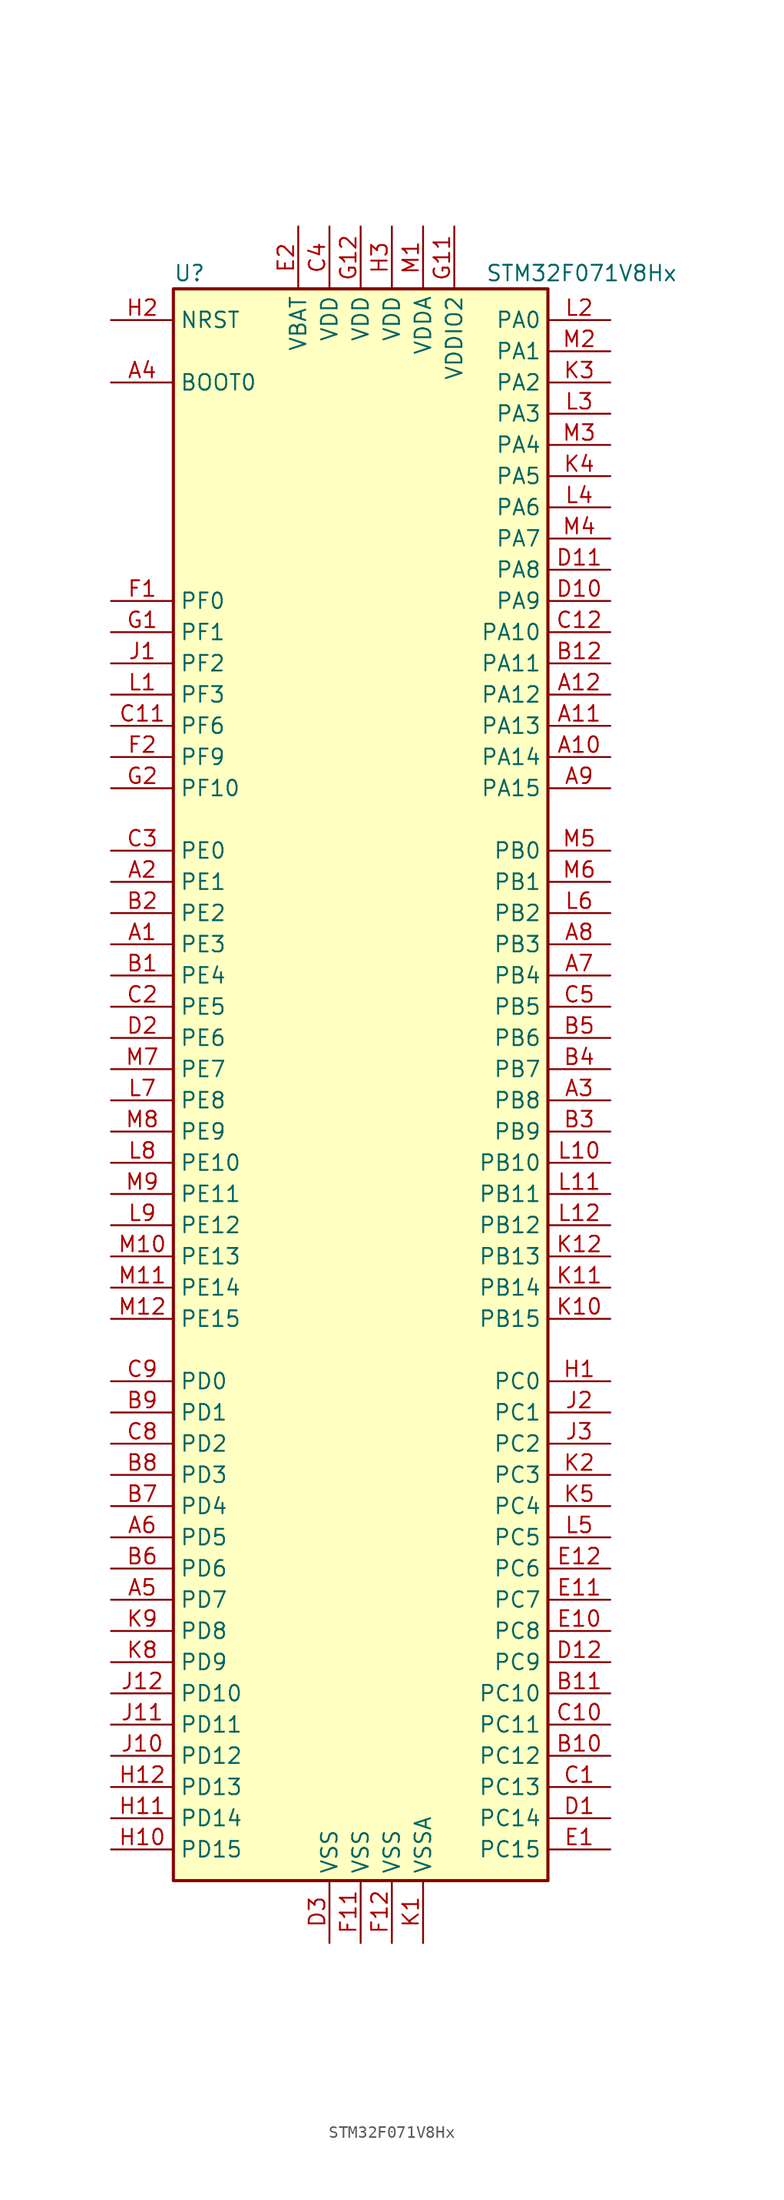
<source format=kicad_sym>
(kicad_symbol_lib
  (version 20201005)
  (generator kicad_symbol_editor)
  (symbol "STM32F071V8Hx"
    (property "Reference" "U"
      (at -15.24 64.77 0)
      (effects (font (size 1.27 1.27)) (justify left)))
    (property "Value" "STM32F071V8Hx"
      (at 10.16 64.77 0)
      (effects (font (size 1.27 1.27)) (justify left)))
    (symbol "STM32F071V8Hx_0_1"
      (rectangle (start -15.24 -66.04) (end 15.24 63.5) (stroke (width 0.254)) (fill (type background))))
    (symbol "STM32F071V8Hx_1_1"
      (pin bidirectional line (at -20.32 10.16 0) (length 5.08) (name "PE3" (effects (font (size 1.27 1.27)))) (number "A1" (effects (font (size 1.27 1.27)))))
      (pin bidirectional line (at 20.32 25.4 180) (length 5.08) (name "PA14" (effects (font (size 1.27 1.27)))) (number "A10" (effects (font (size 1.27 1.27)))))
      (pin bidirectional line (at 20.32 27.94 180) (length 5.08) (name "PA13" (effects (font (size 1.27 1.27)))) (number "A11" (effects (font (size 1.27 1.27)))))
      (pin bidirectional line (at 20.32 30.48 180) (length 5.08) (name "PA12" (effects (font (size 1.27 1.27)))) (number "A12" (effects (font (size 1.27 1.27)))))
      (pin bidirectional line (at -20.32 15.24 0) (length 5.08) (name "PE1" (effects (font (size 1.27 1.27)))) (number "A2" (effects (font (size 1.27 1.27)))))
      (pin bidirectional line (at 20.32 -2.54 180) (length 5.08) (name "PB8" (effects (font (size 1.27 1.27)))) (number "A3" (effects (font (size 1.27 1.27)))))
      (pin input line (at -20.32 55.88 0) (length 5.08) (name "BOOT0" (effects (font (size 1.27 1.27)))) (number "A4" (effects (font (size 1.27 1.27)))))
      (pin bidirectional line (at -20.32 -43.18 0) (length 5.08) (name "PD7" (effects (font (size 1.27 1.27)))) (number "A5" (effects (font (size 1.27 1.27)))))
      (pin bidirectional line (at -20.32 -38.1 0) (length 5.08) (name "PD5" (effects (font (size 1.27 1.27)))) (number "A6" (effects (font (size 1.27 1.27)))))
      (pin bidirectional line (at 20.32 7.62 180) (length 5.08) (name "PB4" (effects (font (size 1.27 1.27)))) (number "A7" (effects (font (size 1.27 1.27)))))
      (pin bidirectional line (at 20.32 10.16 180) (length 5.08) (name "PB3" (effects (font (size 1.27 1.27)))) (number "A8" (effects (font (size 1.27 1.27)))))
      (pin bidirectional line (at 20.32 22.86 180) (length 5.08) (name "PA15" (effects (font (size 1.27 1.27)))) (number "A9" (effects (font (size 1.27 1.27)))))
      (pin bidirectional line (at -20.32 7.62 0) (length 5.08) (name "PE4" (effects (font (size 1.27 1.27)))) (number "B1" (effects (font (size 1.27 1.27)))))
      (pin bidirectional line (at 20.32 -55.88 180) (length 5.08) (name "PC12" (effects (font (size 1.27 1.27)))) (number "B10" (effects (font (size 1.27 1.27)))))
      (pin bidirectional line (at 20.32 -50.8 180) (length 5.08) (name "PC10" (effects (font (size 1.27 1.27)))) (number "B11" (effects (font (size 1.27 1.27)))))
      (pin bidirectional line (at 20.32 33.02 180) (length 5.08) (name "PA11" (effects (font (size 1.27 1.27)))) (number "B12" (effects (font (size 1.27 1.27)))))
      (pin bidirectional line (at -20.32 12.7 0) (length 5.08) (name "PE2" (effects (font (size 1.27 1.27)))) (number "B2" (effects (font (size 1.27 1.27)))))
      (pin bidirectional line (at 20.32 -5.08 180) (length 5.08) (name "PB9" (effects (font (size 1.27 1.27)))) (number "B3" (effects (font (size 1.27 1.27)))))
      (pin bidirectional line (at 20.32 0 180) (length 5.08) (name "PB7" (effects (font (size 1.27 1.27)))) (number "B4" (effects (font (size 1.27 1.27)))))
      (pin bidirectional line (at 20.32 2.54 180) (length 5.08) (name "PB6" (effects (font (size 1.27 1.27)))) (number "B5" (effects (font (size 1.27 1.27)))))
      (pin bidirectional line (at -20.32 -40.64 0) (length 5.08) (name "PD6" (effects (font (size 1.27 1.27)))) (number "B6" (effects (font (size 1.27 1.27)))))
      (pin bidirectional line (at -20.32 -35.56 0) (length 5.08) (name "PD4" (effects (font (size 1.27 1.27)))) (number "B7" (effects (font (size 1.27 1.27)))))
      (pin bidirectional line (at -20.32 -33.02 0) (length 5.08) (name "PD3" (effects (font (size 1.27 1.27)))) (number "B8" (effects (font (size 1.27 1.27)))))
      (pin bidirectional line (at -20.32 -27.94 0) (length 5.08) (name "PD1" (effects (font (size 1.27 1.27)))) (number "B9" (effects (font (size 1.27 1.27)))))
      (pin bidirectional line (at 20.32 -58.42 180) (length 5.08) (name "PC13" (effects (font (size 1.27 1.27)))) (number "C1" (effects (font (size 1.27 1.27)))))
      (pin bidirectional line (at 20.32 -53.34 180) (length 5.08) (name "PC11" (effects (font (size 1.27 1.27)))) (number "C10" (effects (font (size 1.27 1.27)))))
      (pin bidirectional line (at -20.32 27.94 0) (length 5.08) (name "PF6" (effects (font (size 1.27 1.27)))) (number "C11" (effects (font (size 1.27 1.27)))))
      (pin bidirectional line (at 20.32 35.56 180) (length 5.08) (name "PA10" (effects (font (size 1.27 1.27)))) (number "C12" (effects (font (size 1.27 1.27)))))
      (pin bidirectional line (at -20.32 5.08 0) (length 5.08) (name "PE5" (effects (font (size 1.27 1.27)))) (number "C2" (effects (font (size 1.27 1.27)))))
      (pin bidirectional line (at -20.32 17.78 0) (length 5.08) (name "PE0" (effects (font (size 1.27 1.27)))) (number "C3" (effects (font (size 1.27 1.27)))))
      (pin power_in line (at -2.54 68.58 270) (length 5.08) (name "VDD" (effects (font (size 1.27 1.27)))) (number "C4" (effects (font (size 1.27 1.27)))))
      (pin bidirectional line (at 20.32 5.08 180) (length 5.08) (name "PB5" (effects (font (size 1.27 1.27)))) (number "C5" (effects (font (size 1.27 1.27)))))
      (pin bidirectional line (at -20.32 -30.48 0) (length 5.08) (name "PD2" (effects (font (size 1.27 1.27)))) (number "C8" (effects (font (size 1.27 1.27)))))
      (pin bidirectional line (at -20.32 -25.4 0) (length 5.08) (name "PD0" (effects (font (size 1.27 1.27)))) (number "C9" (effects (font (size 1.27 1.27)))))
      (pin bidirectional line (at 20.32 -60.96 180) (length 5.08) (name "PC14" (effects (font (size 1.27 1.27)))) (number "D1" (effects (font (size 1.27 1.27)))))
      (pin bidirectional line (at 20.32 38.1 180) (length 5.08) (name "PA9" (effects (font (size 1.27 1.27)))) (number "D10" (effects (font (size 1.27 1.27)))))
      (pin bidirectional line (at 20.32 40.64 180) (length 5.08) (name "PA8" (effects (font (size 1.27 1.27)))) (number "D11" (effects (font (size 1.27 1.27)))))
      (pin bidirectional line (at 20.32 -48.26 180) (length 5.08) (name "PC9" (effects (font (size 1.27 1.27)))) (number "D12" (effects (font (size 1.27 1.27)))))
      (pin bidirectional line (at -20.32 2.54 0) (length 5.08) (name "PE6" (effects (font (size 1.27 1.27)))) (number "D2" (effects (font (size 1.27 1.27)))))
      (pin power_in line (at -2.54 -71.12 90) (length 5.08) (name "VSS" (effects (font (size 1.27 1.27)))) (number "D3" (effects (font (size 1.27 1.27)))))
      (pin bidirectional line (at 20.32 -63.5 180) (length 5.08) (name "PC15" (effects (font (size 1.27 1.27)))) (number "E1" (effects (font (size 1.27 1.27)))))
      (pin bidirectional line (at 20.32 -45.72 180) (length 5.08) (name "PC8" (effects (font (size 1.27 1.27)))) (number "E10" (effects (font (size 1.27 1.27)))))
      (pin bidirectional line (at 20.32 -43.18 180) (length 5.08) (name "PC7" (effects (font (size 1.27 1.27)))) (number "E11" (effects (font (size 1.27 1.27)))))
      (pin bidirectional line (at 20.32 -40.64 180) (length 5.08) (name "PC6" (effects (font (size 1.27 1.27)))) (number "E12" (effects (font (size 1.27 1.27)))))
      (pin power_in line (at -5.08 68.58 270) (length 5.08) (name "VBAT" (effects (font (size 1.27 1.27)))) (number "E2" (effects (font (size 1.27 1.27)))))
      (pin no_connect line (at -15.24 -63.5 0) (length 5.08) hide (name "NC" (effects (font (size 1.27 1.27)))) (number "E3" (effects (font (size 1.27 1.27)))))
      (pin input line (at -20.32 38.1 0) (length 5.08) (name "PF0" (effects (font (size 1.27 1.27)))) (number "F1" (effects (font (size 1.27 1.27)))))
      (pin power_in line (at 0 -71.12 90) (length 5.08) (name "VSS" (effects (font (size 1.27 1.27)))) (number "F11" (effects (font (size 1.27 1.27)))))
      (pin power_in line (at 2.54 -71.12 90) (length 5.08) (name "VSS" (effects (font (size 1.27 1.27)))) (number "F12" (effects (font (size 1.27 1.27)))))
      (pin bidirectional line (at -20.32 25.4 0) (length 5.08) (name "PF9" (effects (font (size 1.27 1.27)))) (number "F2" (effects (font (size 1.27 1.27)))))
      (pin input line (at -20.32 35.56 0) (length 5.08) (name "PF1" (effects (font (size 1.27 1.27)))) (number "G1" (effects (font (size 1.27 1.27)))))
      (pin power_in line (at 7.62 68.58 270) (length 5.08) (name "VDDIO2" (effects (font (size 1.27 1.27)))) (number "G11" (effects (font (size 1.27 1.27)))))
      (pin power_in line (at 0 68.58 270) (length 5.08) (name "VDD" (effects (font (size 1.27 1.27)))) (number "G12" (effects (font (size 1.27 1.27)))))
      (pin bidirectional line (at -20.32 22.86 0) (length 5.08) (name "PF10" (effects (font (size 1.27 1.27)))) (number "G2" (effects (font (size 1.27 1.27)))))
      (pin bidirectional line (at 20.32 -25.4 180) (length 5.08) (name "PC0" (effects (font (size 1.27 1.27)))) (number "H1" (effects (font (size 1.27 1.27)))))
      (pin bidirectional line (at -20.32 -63.5 0) (length 5.08) (name "PD15" (effects (font (size 1.27 1.27)))) (number "H10" (effects (font (size 1.27 1.27)))))
      (pin bidirectional line (at -20.32 -60.96 0) (length 5.08) (name "PD14" (effects (font (size 1.27 1.27)))) (number "H11" (effects (font (size 1.27 1.27)))))
      (pin bidirectional line (at -20.32 -58.42 0) (length 5.08) (name "PD13" (effects (font (size 1.27 1.27)))) (number "H12" (effects (font (size 1.27 1.27)))))
      (pin input line (at -20.32 60.96 0) (length 5.08) (name "NRST" (effects (font (size 1.27 1.27)))) (number "H2" (effects (font (size 1.27 1.27)))))
      (pin power_in line (at 2.54 68.58 270) (length 5.08) (name "VDD" (effects (font (size 1.27 1.27)))) (number "H3" (effects (font (size 1.27 1.27)))))
      (pin bidirectional line (at -20.32 33.02 0) (length 5.08) (name "PF2" (effects (font (size 1.27 1.27)))) (number "J1" (effects (font (size 1.27 1.27)))))
      (pin bidirectional line (at -20.32 -55.88 0) (length 5.08) (name "PD12" (effects (font (size 1.27 1.27)))) (number "J10" (effects (font (size 1.27 1.27)))))
      (pin bidirectional line (at -20.32 -53.34 0) (length 5.08) (name "PD11" (effects (font (size 1.27 1.27)))) (number "J11" (effects (font (size 1.27 1.27)))))
      (pin bidirectional line (at -20.32 -50.8 0) (length 5.08) (name "PD10" (effects (font (size 1.27 1.27)))) (number "J12" (effects (font (size 1.27 1.27)))))
      (pin bidirectional line (at 20.32 -27.94 180) (length 5.08) (name "PC1" (effects (font (size 1.27 1.27)))) (number "J2" (effects (font (size 1.27 1.27)))))
      (pin bidirectional line (at 20.32 -30.48 180) (length 5.08) (name "PC2" (effects (font (size 1.27 1.27)))) (number "J3" (effects (font (size 1.27 1.27)))))
      (pin power_in line (at 5.08 -71.12 90) (length 5.08) (name "VSSA" (effects (font (size 1.27 1.27)))) (number "K1" (effects (font (size 1.27 1.27)))))
      (pin bidirectional line (at 20.32 -20.32 180) (length 5.08) (name "PB15" (effects (font (size 1.27 1.27)))) (number "K10" (effects (font (size 1.27 1.27)))))
      (pin bidirectional line (at 20.32 -17.78 180) (length 5.08) (name "PB14" (effects (font (size 1.27 1.27)))) (number "K11" (effects (font (size 1.27 1.27)))))
      (pin bidirectional line (at 20.32 -15.24 180) (length 5.08) (name "PB13" (effects (font (size 1.27 1.27)))) (number "K12" (effects (font (size 1.27 1.27)))))
      (pin bidirectional line (at 20.32 -33.02 180) (length 5.08) (name "PC3" (effects (font (size 1.27 1.27)))) (number "K2" (effects (font (size 1.27 1.27)))))
      (pin bidirectional line (at 20.32 55.88 180) (length 5.08) (name "PA2" (effects (font (size 1.27 1.27)))) (number "K3" (effects (font (size 1.27 1.27)))))
      (pin bidirectional line (at 20.32 48.26 180) (length 5.08) (name "PA5" (effects (font (size 1.27 1.27)))) (number "K4" (effects (font (size 1.27 1.27)))))
      (pin bidirectional line (at 20.32 -35.56 180) (length 5.08) (name "PC4" (effects (font (size 1.27 1.27)))) (number "K5" (effects (font (size 1.27 1.27)))))
      (pin bidirectional line (at -20.32 -48.26 0) (length 5.08) (name "PD9" (effects (font (size 1.27 1.27)))) (number "K8" (effects (font (size 1.27 1.27)))))
      (pin bidirectional line (at -20.32 -45.72 0) (length 5.08) (name "PD8" (effects (font (size 1.27 1.27)))) (number "K9" (effects (font (size 1.27 1.27)))))
      (pin bidirectional line (at -20.32 30.48 0) (length 5.08) (name "PF3" (effects (font (size 1.27 1.27)))) (number "L1" (effects (font (size 1.27 1.27)))))
      (pin bidirectional line (at 20.32 -7.62 180) (length 5.08) (name "PB10" (effects (font (size 1.27 1.27)))) (number "L10" (effects (font (size 1.27 1.27)))))
      (pin bidirectional line (at 20.32 -10.16 180) (length 5.08) (name "PB11" (effects (font (size 1.27 1.27)))) (number "L11" (effects (font (size 1.27 1.27)))))
      (pin bidirectional line (at 20.32 -12.7 180) (length 5.08) (name "PB12" (effects (font (size 1.27 1.27)))) (number "L12" (effects (font (size 1.27 1.27)))))
      (pin bidirectional line (at 20.32 60.96 180) (length 5.08) (name "PA0" (effects (font (size 1.27 1.27)))) (number "L2" (effects (font (size 1.27 1.27)))))
      (pin bidirectional line (at 20.32 53.34 180) (length 5.08) (name "PA3" (effects (font (size 1.27 1.27)))) (number "L3" (effects (font (size 1.27 1.27)))))
      (pin bidirectional line (at 20.32 45.72 180) (length 5.08) (name "PA6" (effects (font (size 1.27 1.27)))) (number "L4" (effects (font (size 1.27 1.27)))))
      (pin bidirectional line (at 20.32 -38.1 180) (length 5.08) (name "PC5" (effects (font (size 1.27 1.27)))) (number "L5" (effects (font (size 1.27 1.27)))))
      (pin bidirectional line (at 20.32 12.7 180) (length 5.08) (name "PB2" (effects (font (size 1.27 1.27)))) (number "L6" (effects (font (size 1.27 1.27)))))
      (pin bidirectional line (at -20.32 -2.54 0) (length 5.08) (name "PE8" (effects (font (size 1.27 1.27)))) (number "L7" (effects (font (size 1.27 1.27)))))
      (pin bidirectional line (at -20.32 -7.62 0) (length 5.08) (name "PE10" (effects (font (size 1.27 1.27)))) (number "L8" (effects (font (size 1.27 1.27)))))
      (pin bidirectional line (at -20.32 -12.7 0) (length 5.08) (name "PE12" (effects (font (size 1.27 1.27)))) (number "L9" (effects (font (size 1.27 1.27)))))
      (pin power_in line (at 5.08 68.58 270) (length 5.08) (name "VDDA" (effects (font (size 1.27 1.27)))) (number "M1" (effects (font (size 1.27 1.27)))))
      (pin bidirectional line (at -20.32 -15.24 0) (length 5.08) (name "PE13" (effects (font (size 1.27 1.27)))) (number "M10" (effects (font (size 1.27 1.27)))))
      (pin bidirectional line (at -20.32 -17.78 0) (length 5.08) (name "PE14" (effects (font (size 1.27 1.27)))) (number "M11" (effects (font (size 1.27 1.27)))))
      (pin bidirectional line (at -20.32 -20.32 0) (length 5.08) (name "PE15" (effects (font (size 1.27 1.27)))) (number "M12" (effects (font (size 1.27 1.27)))))
      (pin bidirectional line (at 20.32 58.42 180) (length 5.08) (name "PA1" (effects (font (size 1.27 1.27)))) (number "M2" (effects (font (size 1.27 1.27)))))
      (pin bidirectional line (at 20.32 50.8 180) (length 5.08) (name "PA4" (effects (font (size 1.27 1.27)))) (number "M3" (effects (font (size 1.27 1.27)))))
      (pin bidirectional line (at 20.32 43.18 180) (length 5.08) (name "PA7" (effects (font (size 1.27 1.27)))) (number "M4" (effects (font (size 1.27 1.27)))))
      (pin bidirectional line (at 20.32 17.78 180) (length 5.08) (name "PB0" (effects (font (size 1.27 1.27)))) (number "M5" (effects (font (size 1.27 1.27)))))
      (pin bidirectional line (at 20.32 15.24 180) (length 5.08) (name "PB1" (effects (font (size 1.27 1.27)))) (number "M6" (effects (font (size 1.27 1.27)))))
      (pin bidirectional line (at -20.32 0 0) (length 5.08) (name "PE7" (effects (font (size 1.27 1.27)))) (number "M7" (effects (font (size 1.27 1.27)))))
      (pin bidirectional line (at -20.32 -5.08 0) (length 5.08) (name "PE9" (effects (font (size 1.27 1.27)))) (number "M8" (effects (font (size 1.27 1.27)))))
      (pin bidirectional line (at -20.32 -10.16 0) (length 5.08) (name "PE11" (effects (font (size 1.27 1.27)))) (number "M9" (effects (font (size 1.27 1.27))))))))
</source>
